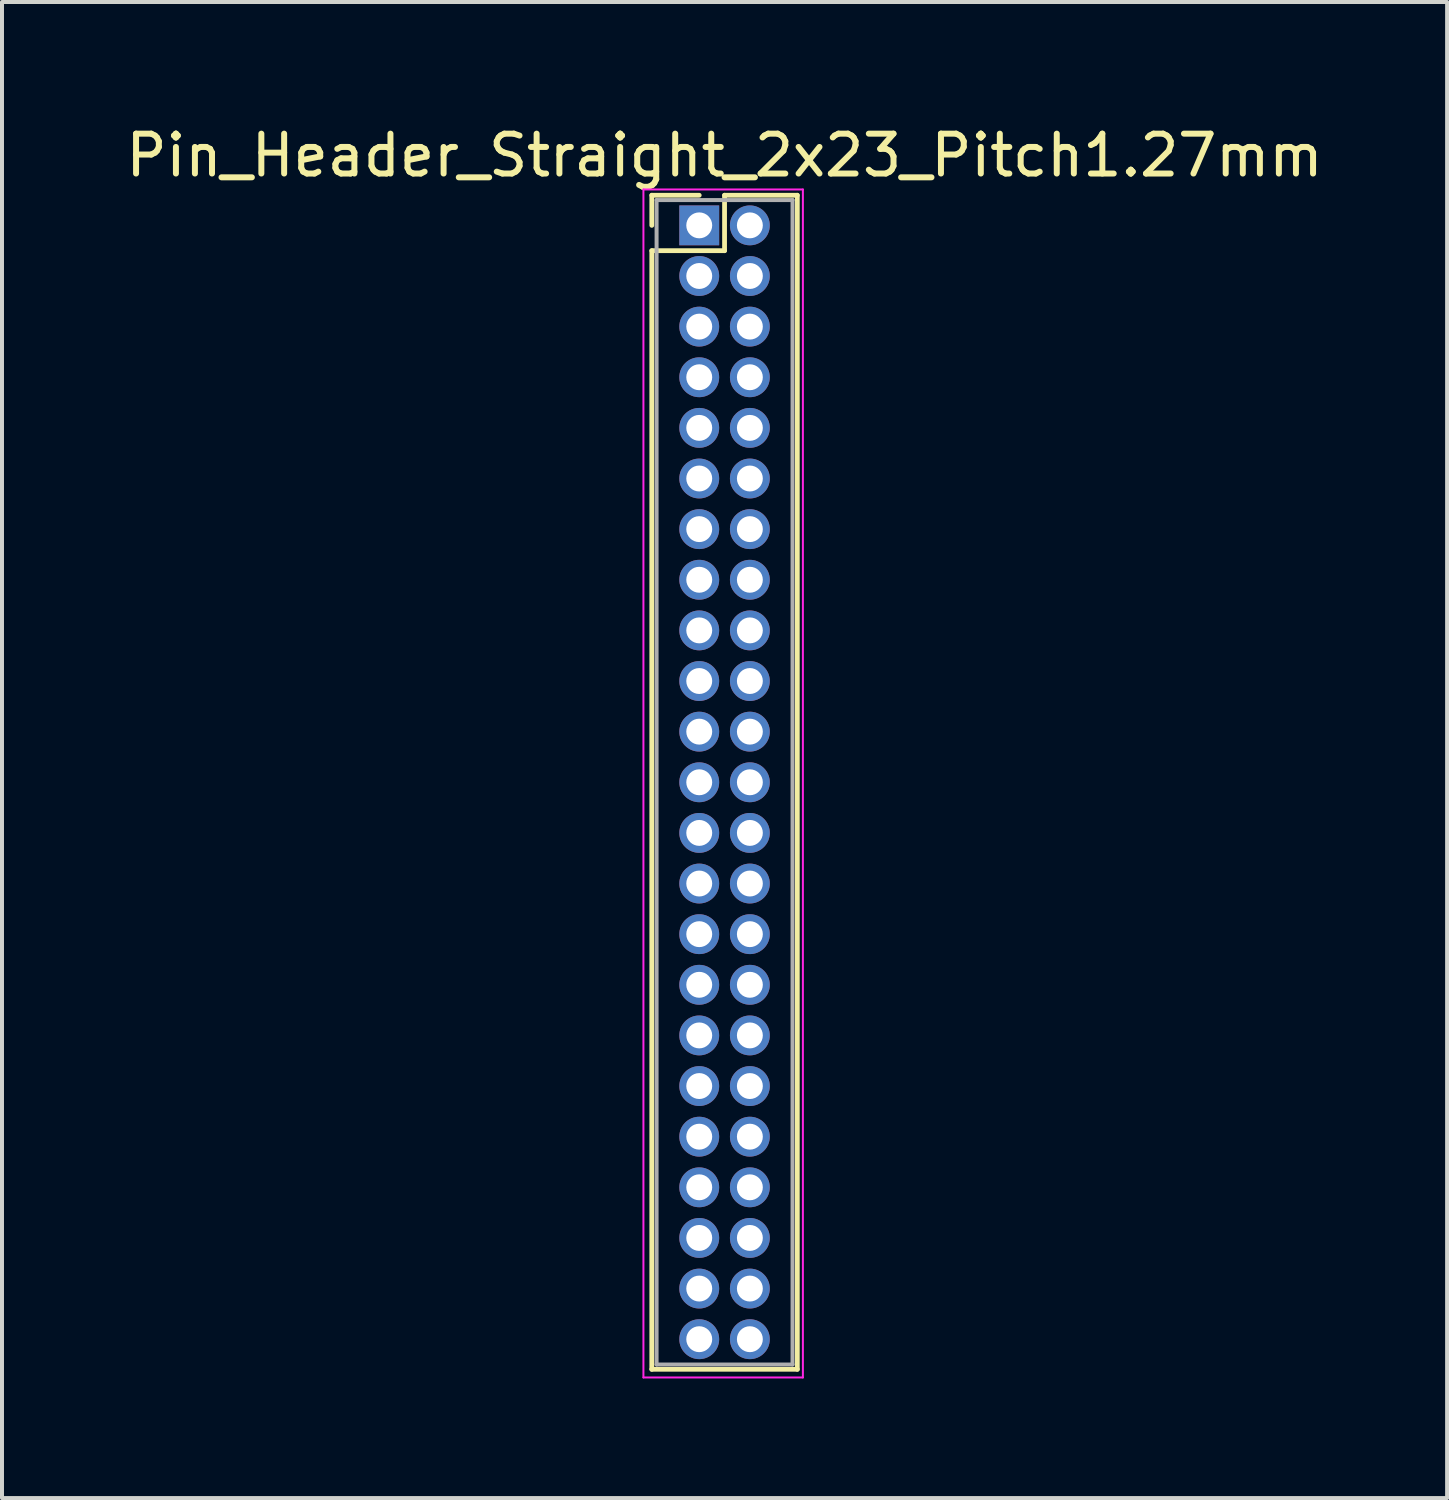
<source format=kicad_pcb>
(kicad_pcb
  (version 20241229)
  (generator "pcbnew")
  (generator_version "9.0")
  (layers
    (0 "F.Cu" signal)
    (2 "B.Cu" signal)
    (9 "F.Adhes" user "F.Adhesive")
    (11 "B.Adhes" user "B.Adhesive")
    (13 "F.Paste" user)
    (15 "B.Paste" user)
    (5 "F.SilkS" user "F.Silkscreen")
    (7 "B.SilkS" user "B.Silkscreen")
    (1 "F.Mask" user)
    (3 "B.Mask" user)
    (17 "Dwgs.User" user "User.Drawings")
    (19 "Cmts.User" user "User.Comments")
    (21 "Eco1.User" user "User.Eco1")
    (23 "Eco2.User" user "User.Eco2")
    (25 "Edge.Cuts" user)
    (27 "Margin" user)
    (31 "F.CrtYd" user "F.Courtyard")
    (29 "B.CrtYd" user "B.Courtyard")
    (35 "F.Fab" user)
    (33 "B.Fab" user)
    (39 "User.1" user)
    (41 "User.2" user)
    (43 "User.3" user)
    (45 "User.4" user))
  (footprint "Pin_Header_Straight_2x23_Pitch1.27mm"
    (layer "F.Cu")
    (at 14.49 2.603)
    (property "Reference" "Pin_Header_Straight_2x23_Pitch1.27mm" (at 0.635 -1.755 0) (layer "F.SilkS") (effects (font (size 1 1) (thickness 0.15))))
    (attr through_hole)
    (fp_line (start -1.19 -0.755) (end 0 -0.755) (stroke (width 0.12) (type solid)) (layer "F.SilkS"))
    (fp_line (start -1.19 0) (end -1.19 -0.755) (stroke (width 0.12) (type solid)) (layer "F.SilkS"))
    (fp_line (start -1.19 0.635) (end -1.19 28.695) (stroke (width 0.12) (type solid)) (layer "F.SilkS"))
    (fp_line (start -1.19 28.695) (end 2.46 28.695) (stroke (width 0.12) (type solid)) (layer "F.SilkS"))
    (fp_line (start 0.635 -0.755) (end 0.635 0.635) (stroke (width 0.12) (type solid)) (layer "F.SilkS"))
    (fp_line (start 0.635 0.635) (end -1.19 0.635) (stroke (width 0.12) (type solid)) (layer "F.SilkS"))
    (fp_line (start 2.46 -0.755) (end 0.635 -0.755) (stroke (width 0.12) (type solid)) (layer "F.SilkS"))
    (fp_line (start 2.46 28.695) (end 2.46 -0.755) (stroke (width 0.12) (type solid)) (layer "F.SilkS"))
    (fp_line (start -1.4 -0.9) (end -1.4 28.9) (stroke (width 0.05) (type solid)) (layer "F.CrtYd"))
    (fp_line (start -1.4 28.9) (end 2.6 28.9) (stroke (width 0.05) (type solid)) (layer "F.CrtYd"))
    (fp_line (start 2.6 -0.9) (end -1.4 -0.9) (stroke (width 0.05) (type solid)) (layer "F.CrtYd"))
    (fp_line (start 2.6 28.9) (end 2.6 -0.9) (stroke (width 0.05) (type solid)) (layer "F.CrtYd"))
    (fp_line (start -1.07 -0.635) (end -1.07 28.575) (stroke (width 0.1) (type solid)) (layer "F.Fab"))
    (fp_line (start -1.07 28.575) (end 2.34 28.575) (stroke (width 0.1) (type solid)) (layer "F.Fab"))
    (fp_line (start 2.34 -0.635) (end -1.07 -0.635) (stroke (width 0.1) (type solid)) (layer "F.Fab"))
    (fp_line (start 2.34 28.575) (end 2.34 -0.635) (stroke (width 0.1) (type solid)) (layer "F.Fab"))
    (pad "1" thru_hole rect (at 0 0) (size 1 1) (drill 0.65) (layers "*.Cu" "*.Mask"))
    (pad "2" thru_hole oval (at 1.27 0) (size 1 1) (drill 0.65) (layers "*.Cu" "*.Mask"))
    (pad "3" thru_hole oval (at 0 1.27) (size 1 1) (drill 0.65) (layers "*.Cu" "*.Mask"))
    (pad "4" thru_hole oval (at 1.27 1.27) (size 1 1) (drill 0.65) (layers "*.Cu" "*.Mask"))
    (pad "5" thru_hole oval (at 0 2.54) (size 1 1) (drill 0.65) (layers "*.Cu" "*.Mask"))
    (pad "6" thru_hole oval (at 1.27 2.54) (size 1 1) (drill 0.65) (layers "*.Cu" "*.Mask"))
    (pad "7" thru_hole oval (at 0 3.81) (size 1 1) (drill 0.65) (layers "*.Cu" "*.Mask"))
    (pad "8" thru_hole oval (at 1.27 3.81) (size 1 1) (drill 0.65) (layers "*.Cu" "*.Mask"))
    (pad "9" thru_hole oval (at 0 5.08) (size 1 1) (drill 0.65) (layers "*.Cu" "*.Mask"))
    (pad "10" thru_hole oval (at 1.27 5.08) (size 1 1) (drill 0.65) (layers "*.Cu" "*.Mask"))
    (pad "11" thru_hole oval (at 0 6.35) (size 1 1) (drill 0.65) (layers "*.Cu" "*.Mask"))
    (pad "12" thru_hole oval (at 1.27 6.35) (size 1 1) (drill 0.65) (layers "*.Cu" "*.Mask"))
    (pad "13" thru_hole oval (at 0 7.62) (size 1 1) (drill 0.65) (layers "*.Cu" "*.Mask"))
    (pad "14" thru_hole oval (at 1.27 7.62) (size 1 1) (drill 0.65) (layers "*.Cu" "*.Mask"))
    (pad "15" thru_hole oval (at 0 8.89) (size 1 1) (drill 0.65) (layers "*.Cu" "*.Mask"))
    (pad "16" thru_hole oval (at 1.27 8.89) (size 1 1) (drill 0.65) (layers "*.Cu" "*.Mask"))
    (pad "17" thru_hole oval (at 0 10.16) (size 1 1) (drill 0.65) (layers "*.Cu" "*.Mask"))
    (pad "18" thru_hole oval (at 1.27 10.16) (size 1 1) (drill 0.65) (layers "*.Cu" "*.Mask"))
    (pad "19" thru_hole oval (at 0 11.43) (size 1 1) (drill 0.65) (layers "*.Cu" "*.Mask"))
    (pad "20" thru_hole oval (at 1.27 11.43) (size 1 1) (drill 0.65) (layers "*.Cu" "*.Mask"))
    (pad "21" thru_hole oval (at 0 12.7) (size 1 1) (drill 0.65) (layers "*.Cu" "*.Mask"))
    (pad "22" thru_hole oval (at 1.27 12.7) (size 1 1) (drill 0.65) (layers "*.Cu" "*.Mask"))
    (pad "23" thru_hole oval (at 0 13.97) (size 1 1) (drill 0.65) (layers "*.Cu" "*.Mask"))
    (pad "24" thru_hole oval (at 1.27 13.97) (size 1 1) (drill 0.65) (layers "*.Cu" "*.Mask"))
    (pad "25" thru_hole oval (at 0 15.24) (size 1 1) (drill 0.65) (layers "*.Cu" "*.Mask"))
    (pad "26" thru_hole oval (at 1.27 15.24) (size 1 1) (drill 0.65) (layers "*.Cu" "*.Mask"))
    (pad "27" thru_hole oval (at 0 16.51) (size 1 1) (drill 0.65) (layers "*.Cu" "*.Mask"))
    (pad "28" thru_hole oval (at 1.27 16.51) (size 1 1) (drill 0.65) (layers "*.Cu" "*.Mask"))
    (pad "29" thru_hole oval (at 0 17.78) (size 1 1) (drill 0.65) (layers "*.Cu" "*.Mask"))
    (pad "30" thru_hole oval (at 1.27 17.78) (size 1 1) (drill 0.65) (layers "*.Cu" "*.Mask"))
    (pad "31" thru_hole oval (at 0 19.05) (size 1 1) (drill 0.65) (layers "*.Cu" "*.Mask"))
    (pad "32" thru_hole oval (at 1.27 19.05) (size 1 1) (drill 0.65) (layers "*.Cu" "*.Mask"))
    (pad "33" thru_hole oval (at 0 20.32) (size 1 1) (drill 0.65) (layers "*.Cu" "*.Mask"))
    (pad "34" thru_hole oval (at 1.27 20.32) (size 1 1) (drill 0.65) (layers "*.Cu" "*.Mask"))
    (pad "35" thru_hole oval (at 0 21.59) (size 1 1) (drill 0.65) (layers "*.Cu" "*.Mask"))
    (pad "36" thru_hole oval (at 1.27 21.59) (size 1 1) (drill 0.65) (layers "*.Cu" "*.Mask"))
    (pad "37" thru_hole oval (at 0 22.86) (size 1 1) (drill 0.65) (layers "*.Cu" "*.Mask"))
    (pad "38" thru_hole oval (at 1.27 22.86) (size 1 1) (drill 0.65) (layers "*.Cu" "*.Mask"))
    (pad "39" thru_hole oval (at 0 24.13) (size 1 1) (drill 0.65) (layers "*.Cu" "*.Mask"))
    (pad "40" thru_hole oval (at 1.27 24.13) (size 1 1) (drill 0.65) (layers "*.Cu" "*.Mask"))
    (pad "41" thru_hole oval (at 0 25.4) (size 1 1) (drill 0.65) (layers "*.Cu" "*.Mask"))
    (pad "42" thru_hole oval (at 1.27 25.4) (size 1 1) (drill 0.65) (layers "*.Cu" "*.Mask"))
    (pad "43" thru_hole oval (at 0 26.67) (size 1 1) (drill 0.65) (layers "*.Cu" "*.Mask"))
    (pad "44" thru_hole oval (at 1.27 26.67) (size 1 1) (drill 0.65) (layers "*.Cu" "*.Mask"))
    (pad "45" thru_hole oval (at 0 27.94) (size 1 1) (drill 0.65) (layers "*.Cu" "*.Mask"))
    (pad "46" thru_hole oval (at 1.27 27.94) (size 1 1) (drill 0.65) (layers "*.Cu" "*.Mask")))
  (gr_rect
    (start -3 -3)
    (end 33.25 34.528)
    (stroke (width 0.1) (type default))
    (fill no)
    (layer "Edge.Cuts")))
</source>
